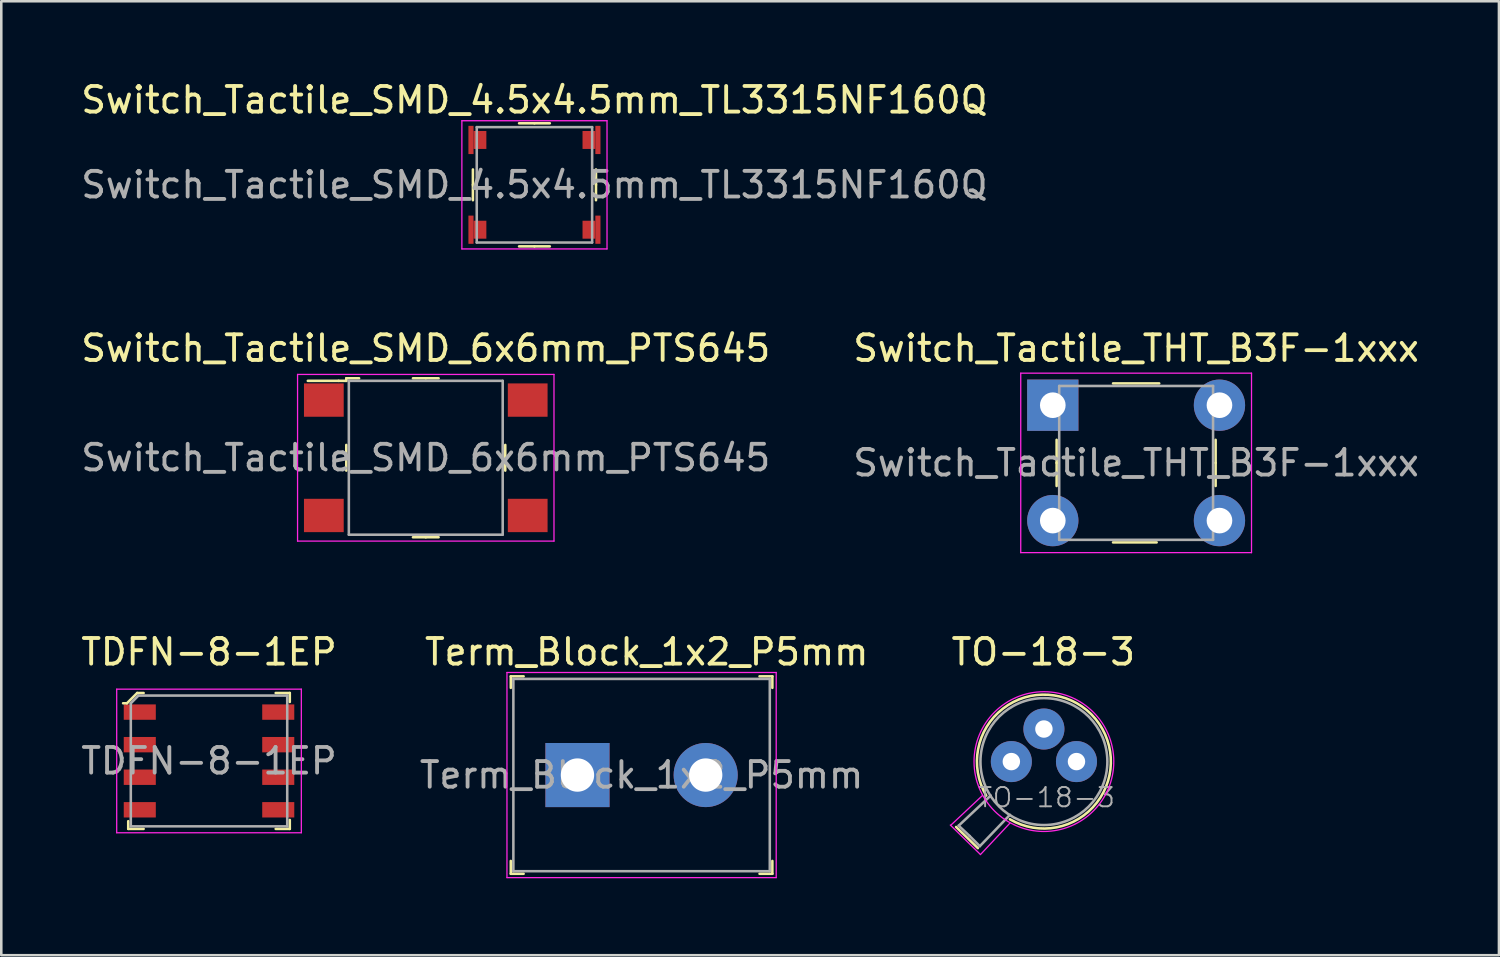
<source format=kicad_pcb>
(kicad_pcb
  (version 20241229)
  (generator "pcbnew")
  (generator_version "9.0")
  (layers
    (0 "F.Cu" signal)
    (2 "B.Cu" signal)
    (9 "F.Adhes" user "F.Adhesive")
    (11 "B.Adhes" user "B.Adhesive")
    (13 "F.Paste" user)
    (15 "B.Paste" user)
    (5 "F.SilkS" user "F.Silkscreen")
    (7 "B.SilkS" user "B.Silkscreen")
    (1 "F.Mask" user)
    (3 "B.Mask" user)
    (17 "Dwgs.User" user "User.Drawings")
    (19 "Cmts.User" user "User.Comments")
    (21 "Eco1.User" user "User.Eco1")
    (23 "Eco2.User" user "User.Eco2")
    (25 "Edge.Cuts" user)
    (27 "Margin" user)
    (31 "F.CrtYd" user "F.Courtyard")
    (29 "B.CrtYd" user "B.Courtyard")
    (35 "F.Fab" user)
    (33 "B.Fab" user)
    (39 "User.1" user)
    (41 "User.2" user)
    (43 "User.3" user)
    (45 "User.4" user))
  (footprint "Switch_Tactile_THT_B3F-1xxx"
    (layer "F.Cu")
    (at 38.005 12.741)
    (property "Reference" "Switch_Tactile_THT_B3F-1xxx" (at 3.251 -2.209 0) (layer "F.SilkS") (effects (font (size 1 1) (thickness 0.15))))
    (attr through_hole)
    (fp_line (start 0.151 2.261) (end 0.151 1.361) (stroke (width 0.1) (type solid)) (layer "F.SilkS"))
    (fp_line (start 0.151 2.261) (end 0.151 3.161) (stroke (width 0.1) (type solid)) (layer "F.SilkS"))
    (fp_line (start 2.351 -0.839) (end 4.151 -0.839) (stroke (width 0.1) (type solid)) (layer "F.SilkS"))
    (fp_line (start 2.351 5.361) (end 4.051 5.361) (stroke (width 0.1) (type solid)) (layer "F.SilkS"))
    (fp_line (start 6.351 2.261) (end 6.351 1.361) (stroke (width 0.1) (type solid)) (layer "F.SilkS"))
    (fp_line (start 6.351 2.261) (end 6.351 3.161) (stroke (width 0.1) (type solid)) (layer "F.SilkS"))
    (fp_line (start -1.249 -1.239) (end 7.751 -1.239) (stroke (width 0.05) (type solid)) (layer "F.CrtYd"))
    (fp_line (start -1.249 5.761) (end -1.249 -1.239) (stroke (width 0.05) (type solid)) (layer "F.CrtYd"))
    (fp_line (start -1.249 5.761) (end 7.751 5.761) (stroke (width 0.05) (type solid)) (layer "F.CrtYd"))
    (fp_line (start 7.751 -1.239) (end 7.751 5.761) (stroke (width 0.05) (type solid)) (layer "F.CrtYd"))
    (fp_line (start 0.251 -0.739) (end 0.251 5.261) (stroke (width 0.1) (type solid)) (layer "F.Fab"))
    (fp_line (start 0.251 -0.739) (end 6.251 -0.739) (stroke (width 0.1) (type solid)) (layer "F.Fab"))
    (fp_line (start 0.251 5.261) (end 6.251 5.261) (stroke (width 0.1) (type solid)) (layer "F.Fab"))
    (fp_line (start 6.251 5.261) (end 6.251 -0.739) (stroke (width 0.1) (type solid)) (layer "F.Fab"))
    (fp_text user "${REFERENCE}" (at 3.251 2.261 0) (layer "F.Fab") (effects (font (size 1 1) (thickness 0.15))))
    (pad "1" thru_hole rect (at 0.001 0.011) (size 2 2) (drill 1) (layers "*.Cu" "*.Mask"))
    (pad "2" thru_hole circle (at 6.501 0.011) (size 2 2) (drill 1) (layers "*.Cu" "*.Mask"))
    (pad "3" thru_hole circle (at 0.001 4.511) (size 2 2) (drill 1) (layers "*.Cu" "*.Mask"))
    (pad "4" thru_hole circle (at 6.501 4.511) (size 2 2) (drill 1) (layers "*.Cu" "*.Mask")))
  (footprint "Switch_Tactile_SMD_4.5x4.5mm_TL3315NF160Q"
    (layer "F.Cu")
    (at 17.792 4.158)
    (property "Reference" "Switch_Tactile_SMD_4.5x4.5mm_TL3315NF160Q" (at 0 -3.31 0) (layer "F.SilkS") (effects (font (size 1 1) (thickness 0.15))))
    (attr smd)
    (fp_line (start -2.4 0) (end -2.4 -0.6) (stroke (width 0.1) (type solid)) (layer "F.SilkS"))
    (fp_line (start -2.4 0) (end -2.4 0.6) (stroke (width 0.1) (type solid)) (layer "F.SilkS"))
    (fp_line (start 0 -2.4) (end -0.6 -2.4) (stroke (width 0.1) (type solid)) (layer "F.SilkS"))
    (fp_line (start 0 -2.4) (end 0.6 -2.4) (stroke (width 0.1) (type solid)) (layer "F.SilkS"))
    (fp_line (start 0 2.4) (end -0.6 2.4) (stroke (width 0.1) (type solid)) (layer "F.SilkS"))
    (fp_line (start 0 2.4) (end 0.6 2.4) (stroke (width 0.1) (type solid)) (layer "F.SilkS"))
    (fp_line (start 2.4 0) (end 2.4 -0.6) (stroke (width 0.1) (type solid)) (layer "F.SilkS"))
    (fp_line (start 2.4 0) (end 2.4 0.6) (stroke (width 0.1) (type solid)) (layer "F.SilkS"))
    (fp_line (start -2.83 -2.5) (end -2.83 2.5) (stroke (width 0.05) (type solid)) (layer "F.CrtYd"))
    (fp_line (start -2.83 -2.5) (end 2.83 -2.5) (stroke (width 0.05) (type solid)) (layer "F.CrtYd"))
    (fp_line (start -2.83 2.5) (end 2.83 2.5) (stroke (width 0.05) (type solid)) (layer "F.CrtYd"))
    (fp_line (start 2.83 -2.5) (end 2.83 2.5) (stroke (width 0.05) (type solid)) (layer "F.CrtYd"))
    (fp_line (start -2.25 2.25) (end -2.25 -2.25) (stroke (width 0.1) (type solid)) (layer "F.Fab"))
    (fp_line (start -2.25 2.25) (end 2.25 2.25) (stroke (width 0.1) (type solid)) (layer "F.Fab"))
    (fp_line (start 2.25 -2.25) (end -2.25 -2.25) (stroke (width 0.1) (type solid)) (layer "F.Fab"))
    (fp_line (start 2.25 2.25) (end 2.25 -2.25) (stroke (width 0.1) (type solid)) (layer "F.Fab"))
    (fp_text user "${REFERENCE}" (at 0 0 0) (layer "F.Fab") (effects (font (size 1 1) (thickness 0.15))))
    (pad "1" smd rect (at -2.475 -1.75) (size 0.2 1.1) (layers "F.Cu" "F.Mask" "F.Paste"))
    (pad "1" smd rect (at -2.125 -1.75) (size 0.5 0.7) (layers "F.Cu" "F.Mask" "F.Paste"))
    (pad "2" smd rect (at 2.125 -1.75) (size 0.5 0.7) (layers "F.Cu" "F.Mask" "F.Paste"))
    (pad "2" smd rect (at 2.475 -1.75) (size 0.2 1.1) (layers "F.Cu" "F.Mask" "F.Paste"))
    (pad "3" smd rect (at -2.475 1.75) (size 0.2 1.1) (layers "F.Cu" "F.Mask" "F.Paste"))
    (pad "3" smd rect (at -2.125 1.75) (size 0.5 0.7) (layers "F.Cu" "F.Mask" "F.Paste"))
    (pad "4" smd rect (at 2.125 1.75) (size 0.5 0.7) (layers "F.Cu" "F.Mask" "F.Paste"))
    (pad "4" smd rect (at 2.475 1.75) (size 0.2 1.1) (layers "F.Cu" "F.Mask" "F.Paste")))
  (footprint "TO-18-3"
    (layer "F.Cu")
    (at 37.66 26.65)
    (property "Reference" "TO-18-3" (at -0.025 -4.275 0) (layer "F.SilkS") (effects (font (size 1 1) (thickness 0.15))))
    (attr through_hole)
    (fp_line (start -3.425 2.55) (end -2.575 3.375) (stroke (width 0.1) (type solid)) (layer "F.SilkS"))
    (fp_arc (start -2.25 1.325) (mid 1.846579 -1.846151) (end -1.325522 2.249693) (stroke (width 0.1) (type solid)) (layer "F.SilkS"))
    (fp_line (start -3.625 2.475) (end -2.4 1.325) (stroke (width 0.05) (type solid)) (layer "F.CrtYd"))
    (fp_line (start -2.475 3.625) (end -3.65 2.475) (stroke (width 0.05) (type solid)) (layer "F.CrtYd"))
    (fp_line (start -1.325 2.4) (end -2.475 3.625) (stroke (width 0.05) (type solid)) (layer "F.CrtYd"))
    (fp_circle (center 0 0) (end 2.725 0) (stroke (width 0.05) (type solid)) (fill no) (layer "F.CrtYd"))
    (fp_line (start -3.325 2.5) (end -2.075 1.325) (stroke (width 0.1) (type solid)) (layer "F.Fab"))
    (fp_line (start -2.9 2.9) (end -3.325 2.5) (stroke (width 0.1) (type solid)) (layer "F.Fab"))
    (fp_line (start -2.9 2.9) (end -2.5 3.3) (stroke (width 0.1) (type solid)) (layer "F.Fab"))
    (fp_line (start -2.5 3.3) (end -1.325 2.075) (stroke (width 0.1) (type solid)) (layer "F.Fab"))
    (fp_circle (center 0 0) (end 2.475 0) (stroke (width 0.1) (type solid)) (fill no) (layer "F.Fab"))
    (fp_text user "${REFERENCE}" (at 0.1 1.4 0) (layer "F.Fab") (effects (font (size 0.75 0.75) (thickness 0.075))))
    (pad "1" thru_hole circle (at -1.27 0) (size 1.6 1.6) (drill 0.68) (layers "*.Cu" "*.Mask"))
    (pad "2" thru_hole circle (at 0 -1.27) (size 1.6 1.6) (drill 0.68) (layers "*.Cu" "*.Mask"))
    (pad "3" thru_hole circle (at 1.27 0) (size 1.6 1.6) (drill 0.68) (layers "*.Cu" "*.Mask")))
  (footprint "Term_Block_1x2_P5mm"
    (layer "F.Cu")
    (at 19.47 27.175)
    (property "Reference" "Term_Block_1x2_P5mm" (at 2.7 -4.8 0) (layer "F.SilkS") (effects (font (size 1 1) (thickness 0.15))))
    (attr through_hole)
    (fp_line (start -2.6 -3.85) (end -2.6 -3.4) (stroke (width 0.1) (type solid)) (layer "F.SilkS"))
    (fp_line (start -2.6 -3.85) (end -2.1 -3.85) (stroke (width 0.1) (type solid)) (layer "F.SilkS"))
    (fp_line (start -2.6 3.85) (end -2.6 3.35) (stroke (width 0.1) (type solid)) (layer "F.SilkS"))
    (fp_line (start -2.6 3.85) (end -2.1 3.85) (stroke (width 0.1) (type solid)) (layer "F.SilkS"))
    (fp_line (start 7.6 -3.85) (end 7.1 -3.85) (stroke (width 0.1) (type solid)) (layer "F.SilkS"))
    (fp_line (start 7.6 -3.85) (end 7.6 -3.4) (stroke (width 0.1) (type solid)) (layer "F.SilkS"))
    (fp_line (start 7.6 3.85) (end 7.1 3.85) (stroke (width 0.1) (type solid)) (layer "F.SilkS"))
    (fp_line (start 7.6 3.85) (end 7.6 3.35) (stroke (width 0.1) (type solid)) (layer "F.SilkS"))
    (fp_line (start -2.75 -4) (end -2.75 4) (stroke (width 0.05) (type solid)) (layer "F.CrtYd"))
    (fp_line (start -2.75 -4) (end 7.75 -4) (stroke (width 0.05) (type solid)) (layer "F.CrtYd"))
    (fp_line (start -2.75 4) (end 7.75 4) (stroke (width 0.05) (type solid)) (layer "F.CrtYd"))
    (fp_line (start 7.75 -4) (end 7.75 4) (stroke (width 0.05) (type solid)) (layer "F.CrtYd"))
    (fp_line (start -2.5 -3.75) (end -2.5 3.75) (stroke (width 0.1) (type solid)) (layer "F.Fab"))
    (fp_line (start 7.5 -3.75) (end -2.5 -3.75) (stroke (width 0.1) (type solid)) (layer "F.Fab"))
    (fp_line (start 7.5 -3.75) (end 7.5 3.75) (stroke (width 0.1) (type solid)) (layer "F.Fab"))
    (fp_line (start 7.5 3.75) (end -2.5 3.75) (stroke (width 0.1) (type solid)) (layer "F.Fab"))
    (fp_text user "${REFERENCE}" (at 2.5 0 0) (layer "F.Fab") (effects (font (size 1 1) (thickness 0.15))))
    (pad "1" thru_hole rect (at 0 0) (size 2.5 2.5) (drill 1.3) (layers "*.Cu" "*.Mask"))
    (pad "2" thru_hole circle (at 5 0) (size 2.5 2.5) (drill 1.3) (layers "*.Cu" "*.Mask")))
  (footprint "TDFN-8-1EP"
    (layer "F.Cu")
    (at 5.101 26.625)
    (property "Reference" "TDFN-8-1EP" (at 0 -4.25 0) (layer "F.SilkS") (effects (font (size 1 1) (thickness 0.15))))
    (attr smd)
    (fp_line (start -3.2 -2.25) (end -3.35 -2.25) (stroke (width 0.1) (type solid)) (layer "F.SilkS"))
    (fp_line (start -3.15 2.35) (end -3.15 2.65) (stroke (width 0.1) (type solid)) (layer "F.SilkS"))
    (fp_line (start -3.15 2.65) (end -2.55 2.65) (stroke (width 0.1) (type solid)) (layer "F.SilkS"))
    (fp_line (start -2.8 -2.65) (end -3.2 -2.25) (stroke (width 0.1) (type solid)) (layer "F.SilkS"))
    (fp_line (start -2.55 -2.65) (end -2.8 -2.65) (stroke (width 0.1) (type solid)) (layer "F.SilkS"))
    (fp_line (start 2.6 -2.65) (end 3.15 -2.65) (stroke (width 0.1) (type solid)) (layer "F.SilkS"))
    (fp_line (start 3.15 -2.65) (end 3.15 -2.3) (stroke (width 0.1) (type solid)) (layer "F.SilkS"))
    (fp_line (start 3.15 2.3) (end 3.15 2.65) (stroke (width 0.1) (type solid)) (layer "F.SilkS"))
    (fp_line (start 3.15 2.65) (end 2.6 2.65) (stroke (width 0.1) (type solid)) (layer "F.SilkS"))
    (fp_line (start -3.6 -2.8) (end -3.6 2.8) (stroke (width 0.05) (type solid)) (layer "F.CrtYd"))
    (fp_line (start -3.6 -2.8) (end 3.6 -2.8) (stroke (width 0.05) (type solid)) (layer "F.CrtYd"))
    (fp_line (start -3.6 2.8) (end 3.6 2.8) (stroke (width 0.05) (type solid)) (layer "F.CrtYd"))
    (fp_line (start 3.6 2.8) (end 3.6 -2.8) (stroke (width 0.05) (type solid)) (layer "F.CrtYd"))
    (fp_line (start -3.05 -2.25) (end -2.75 -2.55) (stroke (width 0.1) (type solid)) (layer "F.Fab"))
    (fp_line (start -3.05 2.55) (end -3.05 -2.25) (stroke (width 0.1) (type solid)) (layer "F.Fab"))
    (fp_line (start -3.05 2.55) (end 3.05 2.55) (stroke (width 0.1) (type solid)) (layer "F.Fab"))
    (fp_line (start 3.05 -2.55) (end -2.75 -2.55) (stroke (width 0.1) (type solid)) (layer "F.Fab"))
    (fp_line (start 3.05 2.55) (end 3.05 -2.55) (stroke (width 0.1) (type solid)) (layer "F.Fab"))
    (fp_text user "${REFERENCE}" (at 0 0 0) (layer "F.Fab") (effects (font (size 1 1) (thickness 0.15))))
    (pad "1" smd rect (at -2.7 -1.905) (size 1.25 0.6) (layers "F.Cu" "F.Mask" "F.Paste"))
    (pad "2" smd rect (at -2.7 -0.635) (size 1.25 0.6) (layers "F.Cu" "F.Mask" "F.Paste"))
    (pad "3" smd rect (at -2.7 0.635) (size 1.25 0.6) (layers "F.Cu" "F.Mask" "F.Paste"))
    (pad "4" smd rect (at -2.7 1.905) (size 1.25 0.6) (layers "F.Cu" "F.Mask" "F.Paste"))
    (pad "5" smd rect (at 2.7 1.905) (size 1.25 0.6) (layers "F.Cu" "F.Mask" "F.Paste"))
    (pad "6" smd rect (at 2.7 0.635) (size 1.25 0.6) (layers "F.Cu" "F.Mask" "F.Paste"))
    (pad "7" smd rect (at 2.7 -0.635) (size 1.25 0.6) (layers "F.Cu" "F.Mask" "F.Paste"))
    (pad "8" smd rect (at 2.7 -1.905) (size 1.25 0.6) (layers "F.Cu" "F.Mask" "F.Paste")))
  (footprint "Switch_Tactile_SMD_6x6mm_PTS645"
    (layer "F.Cu")
    (at 13.554 14.802)
    (property "Reference" "Switch_Tactile_SMD_6x6mm_PTS645" (at 0 -4.27 0) (layer "F.SilkS") (effects (font (size 1 1) (thickness 0.15))))
    (attr smd)
    (fp_line (start -3.4 -3) (end -4.6 -3) (stroke (width 0.1) (type solid)) (layer "F.SilkS"))
    (fp_line (start -3.1 -3.1) (end -3.1 -3) (stroke (width 0.1) (type solid)) (layer "F.SilkS"))
    (fp_line (start -3.1 -3) (end -3.4 -3) (stroke (width 0.1) (type solid)) (layer "F.SilkS"))
    (fp_line (start -3.1 0) (end -3.1 -0.5) (stroke (width 0.1) (type solid)) (layer "F.SilkS"))
    (fp_line (start -3.1 0) (end -3.1 0.5) (stroke (width 0.1) (type solid)) (layer "F.SilkS"))
    (fp_line (start -2.6 -3.1) (end -3.1 -3.1) (stroke (width 0.1) (type solid)) (layer "F.SilkS"))
    (fp_line (start 0 -3.1) (end -0.5 -3.1) (stroke (width 0.1) (type solid)) (layer "F.SilkS"))
    (fp_line (start 0 -3.1) (end 0.5 -3.1) (stroke (width 0.1) (type solid)) (layer "F.SilkS"))
    (fp_line (start 0 3.1) (end -0.5 3.1) (stroke (width 0.1) (type solid)) (layer "F.SilkS"))
    (fp_line (start 0 3.1) (end 0.5 3.1) (stroke (width 0.1) (type solid)) (layer "F.SilkS"))
    (fp_line (start 3.1 0) (end 3.1 -0.5) (stroke (width 0.1) (type solid)) (layer "F.SilkS"))
    (fp_line (start 3.1 0) (end 3.1 0.5) (stroke (width 0.1) (type solid)) (layer "F.SilkS"))
    (fp_line (start -5 -3.25) (end -5 3.25) (stroke (width 0.05) (type solid)) (layer "F.CrtYd"))
    (fp_line (start 5 -3.25) (end -5 -3.25) (stroke (width 0.05) (type solid)) (layer "F.CrtYd"))
    (fp_line (start 5 -3.25) (end 5 3.25) (stroke (width 0.05) (type solid)) (layer "F.CrtYd"))
    (fp_line (start 5 3.25) (end -5 3.25) (stroke (width 0.05) (type solid)) (layer "F.CrtYd"))
    (fp_line (start -3 -3) (end -3 3) (stroke (width 0.1) (type solid)) (layer "F.Fab"))
    (fp_line (start -3 -3) (end 3 -3) (stroke (width 0.1) (type solid)) (layer "F.Fab"))
    (fp_line (start -3 3) (end 3 3) (stroke (width 0.1) (type solid)) (layer "F.Fab"))
    (fp_line (start 3 3) (end 3 -3) (stroke (width 0.1) (type solid)) (layer "F.Fab"))
    (fp_text user "${REFERENCE}" (at 0 0 0) (layer "F.Fab") (effects (font (size 1 1) (thickness 0.15))))
    (pad "1" smd rect (at -3.975 -2.25) (size 1.55 1.3) (layers "F.Cu" "F.Mask" "F.Paste"))
    (pad "2" smd rect (at 3.975 -2.25) (size 1.55 1.3) (layers "F.Cu" "F.Mask" "F.Paste"))
    (pad "3" smd rect (at -3.975 2.25) (size 1.55 1.3) (layers "F.Cu" "F.Mask" "F.Paste"))
    (pad "4" smd rect (at 3.975 2.25) (size 1.55 1.3) (layers "F.Cu" "F.Mask" "F.Paste")))
  (gr_rect
    (start -3 -3)
    (end 55.405 34.2)
    (stroke (width 0.1) (type default))
    (fill no)
    (layer "Edge.Cuts")))
</source>
